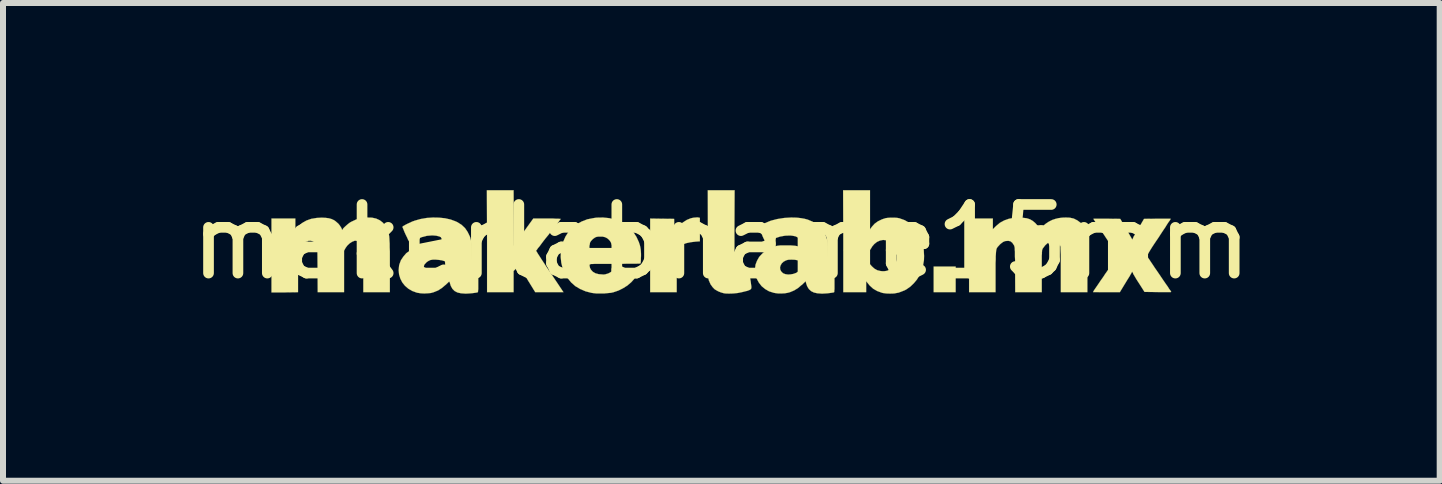
<source format=kicad_pcb>
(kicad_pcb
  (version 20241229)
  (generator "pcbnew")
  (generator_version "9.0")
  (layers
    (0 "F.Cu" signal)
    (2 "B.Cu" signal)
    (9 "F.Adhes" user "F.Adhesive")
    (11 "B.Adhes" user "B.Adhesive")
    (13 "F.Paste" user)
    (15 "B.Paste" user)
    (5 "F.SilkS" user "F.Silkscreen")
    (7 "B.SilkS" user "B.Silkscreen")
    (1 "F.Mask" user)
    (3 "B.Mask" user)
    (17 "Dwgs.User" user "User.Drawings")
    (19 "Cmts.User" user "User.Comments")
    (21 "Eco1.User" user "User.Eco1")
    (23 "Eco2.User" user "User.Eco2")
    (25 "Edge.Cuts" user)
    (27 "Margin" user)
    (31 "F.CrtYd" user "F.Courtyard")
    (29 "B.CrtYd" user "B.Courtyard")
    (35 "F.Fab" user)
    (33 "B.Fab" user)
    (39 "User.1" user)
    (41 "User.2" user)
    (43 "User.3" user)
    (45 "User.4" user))
  (footprint "makerlabname15mm"
    (layer "F.Cu")
    (at 8.97 0.981)
    (property "Reference" "makerlabname15mm" (at 0 0 0) (layer "F.SilkS") (effects (font (size 1.143 1.143) (thickness 0.178))))
    (attr through_hole)
    (fp_poly (pts (xy 3.904 0.838) (xy 3.721 0.838) (xy 3.538 0.838) (xy 3.538 0.625) (xy 3.538 0.411) (xy 3.721 0.411) (xy 3.904 0.411) (xy 3.904 0.625) (xy 3.904 0.838)) (stroke (width 0.003) (type solid)) (fill yes) (layer "F.SilkS"))
    (fp_poly (pts (xy -0.358 -0.01) (xy -0.429 -0.005) (xy -0.511 0.005) (xy -0.582 0.02) (xy -0.643 0.041) (xy -0.693 0.066) (xy -0.724 0.089) (xy -0.744 0.107) (xy -0.744 0.472) (xy -0.744 0.838) (xy -0.965 0.838) (xy -1.186 0.838) (xy -1.186 0.226) (xy -1.186 -0.389) (xy -0.988 -0.386) (xy -0.787 -0.384) (xy -0.785 -0.272) (xy -0.782 -0.16) (xy -0.749 -0.211) (xy -0.699 -0.274) (xy -0.64 -0.325) (xy -0.577 -0.366) (xy -0.508 -0.394) (xy -0.46 -0.404) (xy -0.429 -0.406) (xy -0.401 -0.409) (xy -0.381 -0.406) (xy -0.358 -0.401) (xy -0.358 -0.206) (xy -0.358 -0.01)) (stroke (width 0.003) (type solid)) (fill yes) (layer "F.SilkS"))
    (fp_poly (pts (xy -2.631 0.838) (xy -2.865 0.838) (xy -3.101 0.838) (xy -3.231 0.627) (xy -3.261 0.574) (xy -3.292 0.526) (xy -3.317 0.485) (xy -3.34 0.45) (xy -3.355 0.424) (xy -3.365 0.409) (xy -3.368 0.404) (xy -3.373 0.404) (xy -3.386 0.409) (xy -3.406 0.429) (xy -3.416 0.439) (xy -3.462 0.485) (xy -3.462 0.66) (xy -3.462 0.838) (xy -3.683 0.838) (xy -3.904 0.838) (xy -3.904 -0.013) (xy -3.907 -0.861) (xy -3.686 -0.861) (xy -3.462 -0.861) (xy -3.459 -0.399) (xy -3.457 0.061) (xy -3.297 -0.163) (xy -3.134 -0.389) (xy -2.906 -0.389) (xy -2.847 -0.389) (xy -2.797 -0.389) (xy -2.751 -0.386) (xy -2.715 -0.386) (xy -2.69 -0.384) (xy -2.677 -0.384) (xy -2.677 -0.381) (xy -2.682 -0.376) (xy -2.695 -0.358) (xy -2.715 -0.33) (xy -2.743 -0.295) (xy -2.776 -0.251) (xy -2.814 -0.203) (xy -2.857 -0.15) (xy -2.88 -0.119) (xy -2.924 -0.066) (xy -2.964 -0.015) (xy -3 0.033) (xy -3.03 0.074) (xy -3.056 0.104) (xy -3.073 0.13) (xy -3.084 0.142) (xy -3.086 0.145) (xy -3.084 0.152) (xy -3.071 0.173) (xy -3.053 0.203) (xy -3.028 0.241) (xy -2.997 0.29) (xy -2.962 0.343) (xy -2.924 0.401) (xy -2.88 0.467) (xy -2.86 0.495) (xy -2.631 0.838)) (stroke (width 0.003) (type solid)) (fill yes) (layer "F.SilkS"))
    (fp_poly (pts (xy 0.5 0.765) (xy 0.495 0.782) (xy 0.485 0.792) (xy 0.472 0.8) (xy 0.452 0.808) (xy 0.424 0.818) (xy 0.419 0.818) (xy 0.348 0.836) (xy 0.274 0.851) (xy 0.198 0.859) (xy 0.127 0.861) (xy 0.064 0.859) (xy 0.033 0.853) (xy -0.008 0.841) (xy -0.053 0.823) (xy -0.094 0.8) (xy -0.114 0.787) (xy -0.147 0.752) (xy -0.18 0.706) (xy -0.203 0.653) (xy -0.208 0.645) (xy -0.208 0.638) (xy -0.211 0.63) (xy -0.213 0.62) (xy -0.216 0.605) (xy -0.216 0.587) (xy -0.218 0.566) (xy -0.218 0.536) (xy -0.221 0.5) (xy -0.221 0.457) (xy -0.221 0.406) (xy -0.221 0.345) (xy -0.221 0.272) (xy -0.224 0.188) (xy -0.224 0.091) (xy -0.224 -0.02) (xy -0.224 -0.127) (xy -0.226 -0.861) (xy -0.003 -0.861) (xy 0.221 -0.861) (xy 0.218 -0.257) (xy 0.218 -0.122) (xy 0.218 -0.005) (xy 0.218 0.097) (xy 0.218 0.183) (xy 0.221 0.254) (xy 0.221 0.31) (xy 0.224 0.348) (xy 0.224 0.373) (xy 0.226 0.381) (xy 0.241 0.419) (xy 0.267 0.445) (xy 0.302 0.46) (xy 0.348 0.46) (xy 0.384 0.452) (xy 0.409 0.447) (xy 0.432 0.442) (xy 0.442 0.439) (xy 0.447 0.442) (xy 0.452 0.452) (xy 0.457 0.47) (xy 0.462 0.5) (xy 0.47 0.538) (xy 0.478 0.594) (xy 0.48 0.607) (xy 0.49 0.665) (xy 0.495 0.709) (xy 0.5 0.742) (xy 0.5 0.765)) (stroke (width 0.003) (type solid)) (fill yes) (layer "F.SilkS"))
    (fp_poly (pts (xy 3.378 0.234) (xy 3.376 0.305) (xy 3.36 0.396) (xy 3.335 0.483) (xy 3.299 0.561) (xy 3.259 0.627) (xy 3.208 0.688) (xy 3.15 0.744) (xy 3.089 0.787) (xy 3.058 0.805) (xy 3.02 0.82) (xy 2.979 0.836) (xy 2.944 0.848) (xy 2.936 0.848) (xy 2.921 0.851) (xy 2.921 0.236) (xy 2.921 0.198) (xy 2.918 0.173) (xy 2.913 0.15) (xy 2.906 0.13) (xy 2.898 0.109) (xy 2.875 0.064) (xy 2.85 0.033) (xy 2.822 0.008) (xy 2.794 -0.01) (xy 2.746 -0.028) (xy 2.695 -0.033) (xy 2.644 -0.023) (xy 2.593 0) (xy 2.548 0.036) (xy 2.507 0.084) (xy 2.507 0.089) (xy 2.477 0.135) (xy 2.477 0.251) (xy 2.477 0.371) (xy 2.507 0.406) (xy 2.55 0.445) (xy 2.598 0.472) (xy 2.652 0.485) (xy 2.68 0.488) (xy 2.715 0.488) (xy 2.751 0.483) (xy 2.769 0.478) (xy 2.812 0.457) (xy 2.852 0.424) (xy 2.885 0.384) (xy 2.901 0.358) (xy 2.911 0.335) (xy 2.916 0.315) (xy 2.921 0.292) (xy 2.921 0.264) (xy 2.921 0.236) (xy 2.921 0.851) (xy 2.878 0.859) (xy 2.812 0.861) (xy 2.748 0.859) (xy 2.69 0.851) (xy 2.672 0.846) (xy 2.596 0.818) (xy 2.53 0.78) (xy 2.471 0.726) (xy 2.436 0.683) (xy 2.413 0.655) (xy 2.413 0.747) (xy 2.413 0.838) (xy 2.223 0.838) (xy 2.032 0.838) (xy 2.032 -0.013) (xy 2.029 -0.861) (xy 2.253 -0.861) (xy 2.477 -0.861) (xy 2.477 -0.533) (xy 2.477 -0.208) (xy 2.507 -0.251) (xy 2.553 -0.302) (xy 2.609 -0.343) (xy 2.677 -0.376) (xy 2.738 -0.396) (xy 2.776 -0.401) (xy 2.824 -0.404) (xy 2.878 -0.404) (xy 2.926 -0.401) (xy 2.967 -0.394) (xy 2.974 -0.391) (xy 3.053 -0.363) (xy 3.124 -0.323) (xy 3.188 -0.267) (xy 3.244 -0.203) (xy 3.292 -0.13) (xy 3.327 -0.048) (xy 3.355 0.041) (xy 3.373 0.135) (xy 3.378 0.234)) (stroke (width 0.003) (type solid)) (fill yes) (layer "F.SilkS"))
    (fp_poly (pts (xy -5.524 0.838) (xy -5.745 0.838) (xy -5.966 0.838) (xy -5.966 0.467) (xy -5.969 0.368) (xy -5.969 0.282) (xy -5.969 0.213) (xy -5.969 0.157) (xy -5.972 0.114) (xy -5.974 0.086) (xy -5.977 0.071) (xy -5.977 0.069) (xy -5.994 0.033) (xy -6.022 0.005) (xy -6.055 -0.013) (xy -6.091 -0.02) (xy -6.109 -0.02) (xy -6.152 -0.003) (xy -6.195 0.025) (xy -6.233 0.061) (xy -6.264 0.104) (xy -6.266 0.109) (xy -6.287 0.147) (xy -6.287 0.493) (xy -6.287 0.838) (xy -6.507 0.838) (xy -6.726 0.838) (xy -6.728 0.462) (xy -6.731 0.089) (xy -6.749 0.053) (xy -6.774 0.015) (xy -6.807 -0.01) (xy -6.843 -0.02) (xy -6.883 -0.018) (xy -6.927 0) (xy -6.967 0.03) (xy -6.977 0.041) (xy -6.995 0.058) (xy -7.01 0.071) (xy -7.021 0.086) (xy -7.031 0.102) (xy -7.038 0.119) (xy -7.043 0.142) (xy -7.048 0.168) (xy -7.051 0.203) (xy -7.054 0.246) (xy -7.054 0.3) (xy -7.054 0.363) (xy -7.054 0.442) (xy -7.054 0.495) (xy -7.054 0.838) (xy -7.275 0.841) (xy -7.496 0.841) (xy -7.496 0.226) (xy -7.496 -0.389) (xy -7.297 -0.389) (xy -7.099 -0.389) (xy -7.099 -0.3) (xy -7.099 -0.211) (xy -7.048 -0.264) (xy -6.985 -0.315) (xy -6.914 -0.356) (xy -6.835 -0.384) (xy -6.746 -0.399) (xy -6.662 -0.404) (xy -6.596 -0.401) (xy -6.54 -0.394) (xy -6.495 -0.381) (xy -6.452 -0.361) (xy -6.429 -0.345) (xy -6.406 -0.325) (xy -6.38 -0.302) (xy -6.358 -0.274) (xy -6.34 -0.246) (xy -6.327 -0.224) (xy -6.325 -0.213) (xy -6.32 -0.203) (xy -6.317 -0.201) (xy -6.309 -0.208) (xy -6.304 -0.221) (xy -6.287 -0.239) (xy -6.266 -0.259) (xy -6.238 -0.284) (xy -6.21 -0.307) (xy -6.185 -0.325) (xy -6.167 -0.335) (xy -6.086 -0.373) (xy -5.999 -0.396) (xy -5.908 -0.406) (xy -5.822 -0.404) (xy -5.753 -0.389) (xy -5.692 -0.361) (xy -5.639 -0.32) (xy -5.596 -0.267) (xy -5.575 -0.231) (xy -5.565 -0.208) (xy -5.558 -0.191) (xy -5.55 -0.17) (xy -5.545 -0.147) (xy -5.54 -0.122) (xy -5.535 -0.094) (xy -5.532 -0.058) (xy -5.53 -0.018) (xy -5.527 0.03) (xy -5.527 0.091) (xy -5.524 0.16) (xy -5.524 0.244) (xy -5.524 0.34) (xy -5.524 0.394) (xy -5.524 0.838)) (stroke (width 0.003) (type solid)) (fill yes) (layer "F.SilkS"))
    (fp_poly (pts (xy -1.339 0.236) (xy -1.341 0.277) (xy -1.341 0.312) (xy -1.344 0.338) (xy -1.344 0.353) (xy -1.346 0.356) (xy -1.351 0.358) (xy -1.364 0.361) (xy -1.389 0.361) (xy -1.422 0.363) (xy -1.468 0.363) (xy -1.524 0.363) (xy -1.593 0.363) (xy -1.676 0.366) (xy -1.775 0.366) (xy -1.778 0.366) (xy -1.816 0.366) (xy -1.816 0.102) (xy -1.816 0.079) (xy -1.821 0.053) (xy -1.834 0.02) (xy -1.852 -0.01) (xy -1.869 -0.033) (xy -1.902 -0.061) (xy -1.938 -0.079) (xy -1.981 -0.089) (xy -2.014 -0.089) (xy -2.05 -0.089) (xy -2.078 -0.084) (xy -2.101 -0.076) (xy -2.108 -0.071) (xy -2.141 -0.048) (xy -2.172 -0.015) (xy -2.195 0.023) (xy -2.21 0.058) (xy -2.212 0.079) (xy -2.212 0.102) (xy -2.014 0.102) (xy -1.816 0.102) (xy -1.816 0.366) (xy -1.872 0.366) (xy -1.951 0.366) (xy -2.017 0.366) (xy -2.07 0.366) (xy -2.113 0.366) (xy -2.146 0.368) (xy -2.169 0.368) (xy -2.187 0.373) (xy -2.197 0.376) (xy -2.202 0.381) (xy -2.205 0.389) (xy -2.202 0.396) (xy -2.2 0.406) (xy -2.195 0.419) (xy -2.174 0.462) (xy -2.141 0.498) (xy -2.098 0.523) (xy -2.042 0.538) (xy -2.002 0.541) (xy -1.963 0.544) (xy -1.935 0.541) (xy -1.91 0.533) (xy -1.89 0.528) (xy -1.859 0.513) (xy -1.829 0.493) (xy -1.801 0.47) (xy -1.783 0.447) (xy -1.775 0.434) (xy -1.773 0.432) (xy -1.763 0.432) (xy -1.748 0.432) (xy -1.725 0.439) (xy -1.689 0.447) (xy -1.643 0.46) (xy -1.585 0.475) (xy -1.397 0.528) (xy -1.407 0.549) (xy -1.448 0.612) (xy -1.501 0.671) (xy -1.565 0.726) (xy -1.638 0.772) (xy -1.714 0.81) (xy -1.796 0.838) (xy -1.839 0.848) (xy -1.895 0.853) (xy -1.956 0.859) (xy -2.019 0.859) (xy -2.08 0.859) (xy -2.134 0.853) (xy -2.167 0.848) (xy -2.263 0.823) (xy -2.352 0.785) (xy -2.433 0.737) (xy -2.502 0.676) (xy -2.56 0.605) (xy -2.609 0.528) (xy -2.644 0.442) (xy -2.667 0.348) (xy -2.677 0.251) (xy -2.675 0.193) (xy -2.662 0.091) (xy -2.634 -0.005) (xy -2.596 -0.091) (xy -2.545 -0.17) (xy -2.482 -0.236) (xy -2.41 -0.295) (xy -2.327 -0.34) (xy -2.235 -0.376) (xy -2.134 -0.396) (xy -2.083 -0.404) (xy -1.971 -0.406) (xy -1.869 -0.396) (xy -1.77 -0.373) (xy -1.681 -0.338) (xy -1.6 -0.29) (xy -1.529 -0.234) (xy -1.466 -0.163) (xy -1.415 -0.084) (xy -1.374 0.005) (xy -1.356 0.061) (xy -1.349 0.094) (xy -1.344 0.124) (xy -1.341 0.157) (xy -1.339 0.198) (xy -1.339 0.236)) (stroke (width 0.003) (type solid)) (fill yes) (layer "F.SilkS"))
    (fp_poly (pts (xy 7.496 0.833) (xy 7.488 0.836) (xy 7.468 0.836) (xy 7.435 0.836) (xy 7.391 0.836) (xy 7.343 0.836) (xy 7.287 0.836) (xy 7.275 0.836) (xy 7.051 0.833) (xy 6.962 0.693) (xy 6.934 0.65) (xy 6.909 0.61) (xy 6.888 0.574) (xy 6.871 0.546) (xy 6.861 0.528) (xy 6.861 0.523) (xy 6.845 0.495) (xy 6.828 0.528) (xy 6.817 0.546) (xy 6.802 0.574) (xy 6.779 0.61) (xy 6.754 0.65) (xy 6.728 0.693) (xy 6.723 0.701) (xy 6.64 0.838) (xy 6.416 0.838) (xy 6.358 0.838) (xy 6.307 0.838) (xy 6.264 0.836) (xy 6.228 0.836) (xy 6.203 0.836) (xy 6.193 0.836) (xy 6.198 0.828) (xy 6.208 0.81) (xy 6.228 0.78) (xy 6.253 0.744) (xy 6.284 0.699) (xy 6.32 0.645) (xy 6.36 0.589) (xy 6.398 0.531) (xy 6.452 0.455) (xy 6.497 0.389) (xy 6.533 0.333) (xy 6.563 0.287) (xy 6.584 0.251) (xy 6.596 0.231) (xy 6.601 0.221) (xy 6.596 0.211) (xy 6.581 0.191) (xy 6.563 0.16) (xy 6.535 0.122) (xy 6.505 0.074) (xy 6.469 0.02) (xy 6.431 -0.036) (xy 6.398 -0.086) (xy 6.358 -0.147) (xy 6.32 -0.203) (xy 6.287 -0.254) (xy 6.256 -0.297) (xy 6.231 -0.335) (xy 6.213 -0.363) (xy 6.203 -0.378) (xy 6.2 -0.384) (xy 6.208 -0.386) (xy 6.228 -0.386) (xy 6.261 -0.386) (xy 6.304 -0.386) (xy 6.353 -0.386) (xy 6.408 -0.386) (xy 6.424 -0.386) (xy 6.647 -0.384) (xy 6.683 -0.323) (xy 6.701 -0.292) (xy 6.723 -0.254) (xy 6.749 -0.211) (xy 6.774 -0.168) (xy 6.784 -0.15) (xy 6.848 -0.038) (xy 6.861 -0.066) (xy 6.868 -0.084) (xy 6.883 -0.109) (xy 6.904 -0.145) (xy 6.927 -0.185) (xy 6.952 -0.229) (xy 6.96 -0.241) (xy 7.043 -0.384) (xy 7.264 -0.386) (xy 7.323 -0.386) (xy 7.374 -0.386) (xy 7.419 -0.386) (xy 7.452 -0.386) (xy 7.478 -0.386) (xy 7.488 -0.384) (xy 7.483 -0.376) (xy 7.473 -0.358) (xy 7.452 -0.33) (xy 7.427 -0.292) (xy 7.399 -0.246) (xy 7.363 -0.193) (xy 7.325 -0.135) (xy 7.287 -0.076) (xy 7.242 -0.01) (xy 7.201 0.051) (xy 7.165 0.107) (xy 7.137 0.152) (xy 7.115 0.191) (xy 7.099 0.216) (xy 7.089 0.231) (xy 7.089 0.234) (xy 7.094 0.244) (xy 7.109 0.262) (xy 7.13 0.292) (xy 7.155 0.33) (xy 7.186 0.376) (xy 7.221 0.429) (xy 7.262 0.488) (xy 7.295 0.536) (xy 7.336 0.597) (xy 7.374 0.653) (xy 7.409 0.704) (xy 7.44 0.747) (xy 7.463 0.785) (xy 7.483 0.81) (xy 7.493 0.828) (xy 7.496 0.833)) (stroke (width 0.003) (type solid)) (fill yes) (layer "F.SilkS"))
    (fp_poly (pts (xy 6.099 0.838) (xy 5.878 0.838) (xy 5.657 0.838) (xy 5.657 0.467) (xy 5.657 0.368) (xy 5.657 0.282) (xy 5.657 0.213) (xy 5.654 0.157) (xy 5.652 0.114) (xy 5.652 0.086) (xy 5.649 0.071) (xy 5.649 0.069) (xy 5.629 0.033) (xy 5.603 0.005) (xy 5.57 -0.013) (xy 5.535 -0.02) (xy 5.514 -0.02) (xy 5.474 -0.005) (xy 5.433 0.023) (xy 5.395 0.058) (xy 5.364 0.099) (xy 5.354 0.112) (xy 5.352 0.119) (xy 5.347 0.13) (xy 5.344 0.14) (xy 5.344 0.152) (xy 5.342 0.17) (xy 5.342 0.196) (xy 5.339 0.229) (xy 5.339 0.272) (xy 5.339 0.325) (xy 5.339 0.389) (xy 5.339 0.467) (xy 5.339 0.49) (xy 5.339 0.838) (xy 5.118 0.838) (xy 4.897 0.838) (xy 4.895 0.462) (xy 4.895 0.378) (xy 4.895 0.305) (xy 4.892 0.246) (xy 4.892 0.198) (xy 4.892 0.16) (xy 4.889 0.132) (xy 4.889 0.109) (xy 4.887 0.091) (xy 4.884 0.079) (xy 4.882 0.069) (xy 4.879 0.061) (xy 4.874 0.053) (xy 4.849 0.015) (xy 4.818 -0.01) (xy 4.783 -0.018) (xy 4.74 -0.015) (xy 4.727 -0.013) (xy 4.696 0) (xy 4.671 0.018) (xy 4.643 0.041) (xy 4.628 0.058) (xy 4.613 0.074) (xy 4.602 0.086) (xy 4.592 0.102) (xy 4.585 0.117) (xy 4.58 0.14) (xy 4.577 0.165) (xy 4.575 0.198) (xy 4.572 0.239) (xy 4.572 0.29) (xy 4.569 0.353) (xy 4.569 0.429) (xy 4.569 0.493) (xy 4.569 0.838) (xy 4.348 0.838) (xy 4.128 0.838) (xy 4.128 0.226) (xy 4.128 -0.389) (xy 4.326 -0.389) (xy 4.524 -0.389) (xy 4.524 -0.3) (xy 4.524 -0.211) (xy 4.577 -0.264) (xy 4.641 -0.318) (xy 4.714 -0.358) (xy 4.793 -0.386) (xy 4.884 -0.401) (xy 4.958 -0.404) (xy 5.032 -0.401) (xy 5.09 -0.394) (xy 5.144 -0.376) (xy 5.187 -0.351) (xy 5.227 -0.318) (xy 5.235 -0.31) (xy 5.258 -0.284) (xy 5.278 -0.254) (xy 5.286 -0.239) (xy 5.296 -0.218) (xy 5.304 -0.206) (xy 5.309 -0.201) (xy 5.314 -0.208) (xy 5.326 -0.224) (xy 5.331 -0.231) (xy 5.362 -0.267) (xy 5.408 -0.305) (xy 5.458 -0.338) (xy 5.514 -0.366) (xy 5.568 -0.384) (xy 5.618 -0.396) (xy 5.679 -0.404) (xy 5.74 -0.406) (xy 5.799 -0.404) (xy 5.804 -0.404) (xy 5.872 -0.389) (xy 5.933 -0.358) (xy 5.987 -0.318) (xy 6.03 -0.264) (xy 6.05 -0.231) (xy 6.058 -0.211) (xy 6.068 -0.191) (xy 6.076 -0.17) (xy 6.081 -0.147) (xy 6.086 -0.124) (xy 6.088 -0.094) (xy 6.093 -0.058) (xy 6.093 -0.018) (xy 6.096 0.033) (xy 6.099 0.094) (xy 6.099 0.165) (xy 6.099 0.246) (xy 6.099 0.343) (xy 6.099 0.394) (xy 6.099 0.838)) (stroke (width 0.003) (type solid)) (fill yes) (layer "F.SilkS"))
    (fp_poly (pts (xy 1.885 0.65) (xy 1.885 0.709) (xy 1.885 0.754) (xy 1.885 0.787) (xy 1.882 0.81) (xy 1.882 0.826) (xy 1.88 0.836) (xy 1.875 0.841) (xy 1.872 0.841) (xy 1.847 0.846) (xy 1.811 0.851) (xy 1.77 0.856) (xy 1.727 0.859) (xy 1.687 0.861) (xy 1.671 0.861) (xy 1.6 0.856) (xy 1.542 0.843) (xy 1.496 0.82) (xy 1.458 0.785) (xy 1.43 0.739) (xy 1.412 0.686) (xy 1.405 0.655) (xy 1.344 0.714) (xy 1.333 0.721) (xy 1.333 0.373) (xy 1.333 0.32) (xy 1.278 0.307) (xy 1.222 0.297) (xy 1.166 0.295) (xy 1.115 0.297) (xy 1.079 0.307) (xy 1.039 0.328) (xy 1.008 0.356) (xy 0.988 0.389) (xy 0.978 0.422) (xy 0.98 0.457) (xy 0.996 0.49) (xy 1.021 0.516) (xy 1.036 0.526) (xy 1.069 0.538) (xy 1.113 0.544) (xy 1.156 0.541) (xy 1.201 0.533) (xy 1.206 0.531) (xy 1.247 0.516) (xy 1.283 0.493) (xy 1.311 0.467) (xy 1.323 0.45) (xy 1.331 0.427) (xy 1.333 0.391) (xy 1.333 0.373) (xy 1.333 0.721) (xy 1.28 0.767) (xy 1.214 0.808) (xy 1.143 0.838) (xy 1.105 0.848) (xy 1.057 0.856) (xy 1.003 0.859) (xy 0.95 0.859) (xy 0.902 0.853) (xy 0.874 0.848) (xy 0.795 0.823) (xy 0.729 0.785) (xy 0.671 0.737) (xy 0.625 0.678) (xy 0.589 0.612) (xy 0.566 0.538) (xy 0.566 0.528) (xy 0.561 0.455) (xy 0.569 0.381) (xy 0.594 0.315) (xy 0.63 0.251) (xy 0.681 0.196) (xy 0.742 0.147) (xy 0.813 0.107) (xy 0.892 0.076) (xy 0.914 0.069) (xy 0.937 0.064) (xy 0.96 0.061) (xy 0.991 0.058) (xy 1.026 0.058) (xy 1.074 0.058) (xy 1.087 0.058) (xy 1.143 0.058) (xy 1.189 0.061) (xy 1.224 0.064) (xy 1.255 0.069) (xy 1.285 0.076) (xy 1.316 0.089) (xy 1.323 0.091) (xy 1.331 0.091) (xy 1.333 0.086) (xy 1.333 0.071) (xy 1.333 0.046) (xy 1.333 0.043) (xy 1.323 -0.005) (xy 1.306 -0.046) (xy 1.275 -0.074) (xy 1.234 -0.094) (xy 1.179 -0.104) (xy 1.148 -0.107) (xy 1.062 -0.104) (xy 0.978 -0.089) (xy 0.894 -0.061) (xy 0.808 -0.015) (xy 0.8 -0.013) (xy 0.772 0.005) (xy 0.757 0.013) (xy 0.744 0.015) (xy 0.739 0.013) (xy 0.739 0.01) (xy 0.724 -0.018) (xy 0.709 -0.048) (xy 0.691 -0.086) (xy 0.676 -0.124) (xy 0.658 -0.163) (xy 0.643 -0.198) (xy 0.632 -0.226) (xy 0.625 -0.246) (xy 0.625 -0.251) (xy 0.632 -0.262) (xy 0.653 -0.274) (xy 0.681 -0.29) (xy 0.716 -0.307) (xy 0.752 -0.323) (xy 0.787 -0.338) (xy 0.82 -0.351) (xy 0.823 -0.353) (xy 0.932 -0.381) (xy 1.046 -0.399) (xy 1.163 -0.406) (xy 1.255 -0.404) (xy 1.326 -0.396) (xy 1.384 -0.386) (xy 1.44 -0.371) (xy 1.494 -0.348) (xy 1.519 -0.338) (xy 1.593 -0.295) (xy 1.651 -0.244) (xy 1.702 -0.183) (xy 1.737 -0.109) (xy 1.758 -0.051) (xy 1.763 -0.03) (xy 1.765 -0.005) (xy 1.77 0.028) (xy 1.773 0.071) (xy 1.773 0.124) (xy 1.775 0.193) (xy 1.775 0.201) (xy 1.778 0.272) (xy 1.781 0.325) (xy 1.783 0.368) (xy 1.786 0.396) (xy 1.788 0.417) (xy 1.791 0.424) (xy 1.808 0.442) (xy 1.831 0.457) (xy 1.859 0.465) (xy 1.869 0.465) (xy 1.875 0.465) (xy 1.88 0.467) (xy 1.882 0.475) (xy 1.882 0.488) (xy 1.885 0.508) (xy 1.885 0.538) (xy 1.885 0.579) (xy 1.885 0.632) (xy 1.885 0.65)) (stroke (width 0.003) (type solid)) (fill yes) (layer "F.SilkS"))
    (fp_poly (pts (xy -4.051 0.65) (xy -4.051 0.709) (xy -4.051 0.754) (xy -4.051 0.787) (xy -4.054 0.81) (xy -4.054 0.826) (xy -4.059 0.836) (xy -4.061 0.841) (xy -4.064 0.841) (xy -4.089 0.846) (xy -4.125 0.851) (xy -4.168 0.856) (xy -4.211 0.859) (xy -4.252 0.861) (xy -4.267 0.861) (xy -4.338 0.856) (xy -4.397 0.843) (xy -4.445 0.818) (xy -4.481 0.782) (xy -4.508 0.734) (xy -4.526 0.676) (xy -4.526 0.673) (xy -4.529 0.665) (xy -4.534 0.663) (xy -4.542 0.665) (xy -4.554 0.678) (xy -4.577 0.699) (xy -4.592 0.714) (xy -4.602 0.721) (xy -4.602 0.386) (xy -4.602 0.373) (xy -4.605 0.323) (xy -4.656 0.307) (xy -4.704 0.3) (xy -4.757 0.295) (xy -4.808 0.295) (xy -4.849 0.302) (xy -4.882 0.318) (xy -4.915 0.34) (xy -4.917 0.345) (xy -4.938 0.366) (xy -4.95 0.381) (xy -4.956 0.401) (xy -4.956 0.419) (xy -4.953 0.462) (xy -4.938 0.495) (xy -4.91 0.521) (xy -4.9 0.526) (xy -4.867 0.538) (xy -4.826 0.544) (xy -4.78 0.541) (xy -4.735 0.533) (xy -4.729 0.531) (xy -4.689 0.516) (xy -4.653 0.493) (xy -4.625 0.467) (xy -4.613 0.45) (xy -4.605 0.424) (xy -4.602 0.386) (xy -4.602 0.721) (xy -4.656 0.767) (xy -4.719 0.808) (xy -4.793 0.838) (xy -4.839 0.851) (xy -4.892 0.856) (xy -4.95 0.859) (xy -5.009 0.856) (xy -5.06 0.848) (xy -5.072 0.846) (xy -5.149 0.818) (xy -5.215 0.78) (xy -5.271 0.732) (xy -5.316 0.676) (xy -5.349 0.612) (xy -5.37 0.544) (xy -5.377 0.472) (xy -5.37 0.396) (xy -5.364 0.371) (xy -5.339 0.305) (xy -5.298 0.244) (xy -5.25 0.188) (xy -5.187 0.142) (xy -5.118 0.104) (xy -5.039 0.076) (xy -4.999 0.066) (xy -4.95 0.058) (xy -4.895 0.056) (xy -4.836 0.056) (xy -4.778 0.056) (xy -4.724 0.064) (xy -4.679 0.071) (xy -4.658 0.076) (xy -4.633 0.084) (xy -4.613 0.091) (xy -4.605 0.094) (xy -4.602 0.086) (xy -4.602 0.069) (xy -4.602 0.048) (xy -4.613 -0.003) (xy -4.63 -0.041) (xy -4.658 -0.071) (xy -4.699 -0.091) (xy -4.752 -0.104) (xy -4.816 -0.109) (xy -4.818 -0.109) (xy -4.905 -0.102) (xy -4.994 -0.079) (xy -5.083 -0.043) (xy -5.138 -0.013) (xy -5.161 0.003) (xy -5.179 0.013) (xy -5.189 0.015) (xy -5.194 0.008) (xy -5.204 -0.01) (xy -5.22 -0.036) (xy -5.235 -0.071) (xy -5.253 -0.107) (xy -5.271 -0.145) (xy -5.286 -0.18) (xy -5.298 -0.211) (xy -5.309 -0.236) (xy -5.314 -0.249) (xy -5.314 -0.251) (xy -5.304 -0.262) (xy -5.283 -0.274) (xy -5.255 -0.29) (xy -5.22 -0.307) (xy -5.184 -0.323) (xy -5.149 -0.34) (xy -5.116 -0.351) (xy -5.113 -0.353) (xy -5.014 -0.381) (xy -4.91 -0.399) (xy -4.806 -0.406) (xy -4.704 -0.404) (xy -4.605 -0.394) (xy -4.511 -0.373) (xy -4.43 -0.343) (xy -4.397 -0.328) (xy -4.328 -0.284) (xy -4.27 -0.229) (xy -4.227 -0.165) (xy -4.191 -0.091) (xy -4.183 -0.066) (xy -4.178 -0.046) (xy -4.173 -0.028) (xy -4.171 -0.008) (xy -4.168 0.018) (xy -4.166 0.048) (xy -4.163 0.086) (xy -4.161 0.137) (xy -4.161 0.201) (xy -4.158 0.272) (xy -4.155 0.325) (xy -4.153 0.368) (xy -4.15 0.396) (xy -4.148 0.417) (xy -4.145 0.424) (xy -4.13 0.442) (xy -4.105 0.457) (xy -4.077 0.465) (xy -4.067 0.465) (xy -4.061 0.465) (xy -4.059 0.467) (xy -4.056 0.475) (xy -4.054 0.488) (xy -4.051 0.508) (xy -4.051 0.538) (xy -4.051 0.579) (xy -4.051 0.632) (xy -4.051 0.65)) (stroke (width 0.003) (type solid)) (fill yes) (layer "F.SilkS")))
  (gr_rect
    (start -3 -3)
    (end 20.94 4.961)
    (stroke (width 0.1) (type default))
    (fill no)
    (layer "Edge.Cuts")))
</source>
